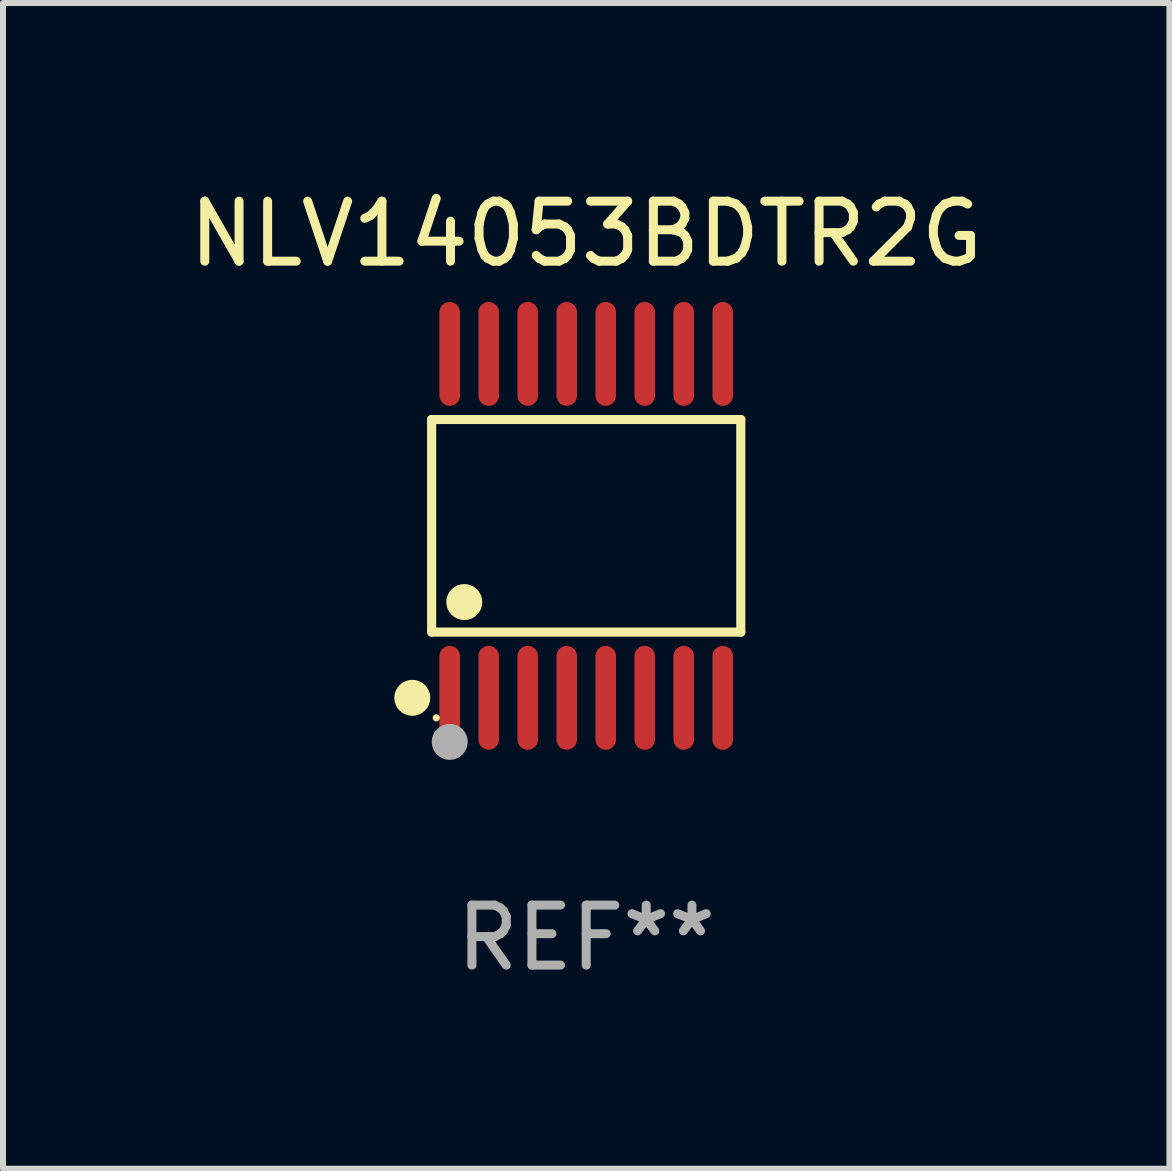
<source format=kicad_pcb>
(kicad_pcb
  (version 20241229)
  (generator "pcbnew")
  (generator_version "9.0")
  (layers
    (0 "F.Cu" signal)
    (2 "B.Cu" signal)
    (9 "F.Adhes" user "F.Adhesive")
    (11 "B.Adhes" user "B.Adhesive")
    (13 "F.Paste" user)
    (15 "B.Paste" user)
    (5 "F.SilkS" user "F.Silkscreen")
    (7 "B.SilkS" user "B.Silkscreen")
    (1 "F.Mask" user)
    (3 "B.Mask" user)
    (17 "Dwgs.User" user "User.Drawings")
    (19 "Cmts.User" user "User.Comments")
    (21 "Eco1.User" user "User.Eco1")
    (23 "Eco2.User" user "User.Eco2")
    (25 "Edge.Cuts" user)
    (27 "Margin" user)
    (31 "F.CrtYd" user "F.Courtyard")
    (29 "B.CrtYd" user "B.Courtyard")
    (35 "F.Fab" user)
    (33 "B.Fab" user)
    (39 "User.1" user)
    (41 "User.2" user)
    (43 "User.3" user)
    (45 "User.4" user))
  (footprint "NLV14053BDTR2G"
    (layer "F.Cu")
    (at 6.72 5.714)
    (property "Reference" "NLV14053BDTR2G" (at 0 -4.866 0) (layer "F.SilkS") (effects (font (size 1 1) (thickness 0.15))))
    (attr through_hole)
    (fp_line (start -2.576 -1.772) (end 2.576 -1.772) (stroke (width 0.152) (type solid)) (layer "F.SilkS"))
    (fp_line (start -2.576 1.771) (end -2.576 -1.772) (stroke (width 0.152) (type solid)) (layer "F.SilkS"))
    (fp_line (start 2.576 -1.772) (end 2.576 1.771) (stroke (width 0.152) (type solid)) (layer "F.SilkS"))
    (fp_line (start 2.576 1.771) (end -2.576 1.771) (stroke (width 0.152) (type solid)) (layer "F.SilkS"))
    (fp_circle (center -2.899 2.866) (end -2.749 2.866) (stroke (width 0.3) (type solid)) (fill no) (layer "F.SilkS"))
    (fp_circle (center -2.5 3.2) (end -2.47 3.2) (stroke (width 0.06) (type solid)) (fill no) (layer "F.SilkS"))
    (fp_circle (center -2.032 1.27) (end -1.882 1.27) (stroke (width 0.3) (type solid)) (fill no) (layer "F.SilkS"))
    (fp_circle (center -2.275 3.6) (end -2.125 3.6) (stroke (width 0.3) (type solid)) (fill no) (layer "F.Fab"))
    (fp_text user "REF**" (at 0 6.866 0) (layer "F.Fab") (effects (font (size 1 1) (thickness 0.15))))
    (pad "1" smd oval (at -2.275 2.866) (size 0.343 1.731) (layers "F.Cu" "F.Mask" "F.Paste"))
    (pad "2" smd oval (at -1.625 2.866) (size 0.343 1.731) (layers "F.Cu" "F.Mask" "F.Paste"))
    (pad "3" smd oval (at -0.975 2.866) (size 0.343 1.731) (layers "F.Cu" "F.Mask" "F.Paste"))
    (pad "4" smd oval (at -0.325 2.866) (size 0.343 1.731) (layers "F.Cu" "F.Mask" "F.Paste"))
    (pad "5" smd oval (at 0.325 2.866) (size 0.343 1.731) (layers "F.Cu" "F.Mask" "F.Paste"))
    (pad "6" smd oval (at 0.975 2.866) (size 0.343 1.731) (layers "F.Cu" "F.Mask" "F.Paste"))
    (pad "7" smd oval (at 1.625 2.866) (size 0.343 1.731) (layers "F.Cu" "F.Mask" "F.Paste"))
    (pad "8" smd oval (at 2.275 2.866) (size 0.343 1.731) (layers "F.Cu" "F.Mask" "F.Paste"))
    (pad "9" smd oval (at 2.275 -2.866) (size 0.343 1.731) (layers "F.Cu" "F.Mask" "F.Paste"))
    (pad "10" smd oval (at 1.625 -2.866) (size 0.343 1.731) (layers "F.Cu" "F.Mask" "F.Paste"))
    (pad "11" smd oval (at 0.975 -2.866) (size 0.343 1.731) (layers "F.Cu" "F.Mask" "F.Paste"))
    (pad "12" smd oval (at 0.325 -2.866) (size 0.343 1.731) (layers "F.Cu" "F.Mask" "F.Paste"))
    (pad "13" smd oval (at -0.325 -2.866) (size 0.343 1.731) (layers "F.Cu" "F.Mask" "F.Paste"))
    (pad "14" smd oval (at -0.975 -2.866) (size 0.343 1.731) (layers "F.Cu" "F.Mask" "F.Paste"))
    (pad "15" smd oval (at -1.625 -2.866) (size 0.343 1.731) (layers "F.Cu" "F.Mask" "F.Paste"))
    (pad "16" smd oval (at -2.275 -2.866) (size 0.343 1.731) (layers "F.Cu" "F.Mask" "F.Paste")))
  (gr_rect
    (start -3 -3)
    (end 16.44 16.428)
    (stroke (width 0.1) (type default))
    (fill no)
    (layer "Edge.Cuts")))
</source>
